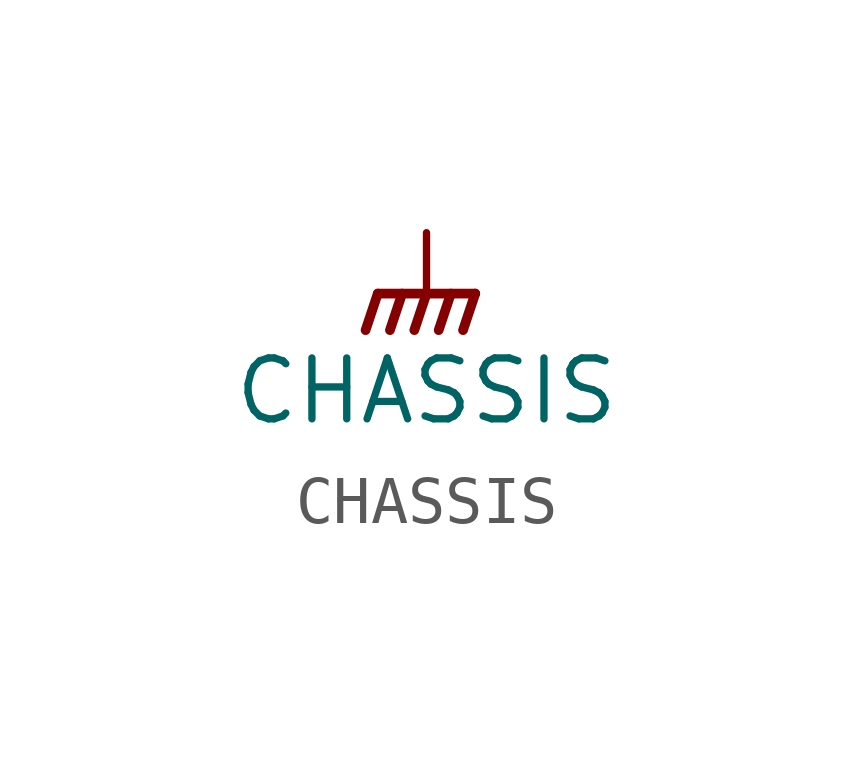
<source format=kicad_sym>
(kicad_symbol_lib
  (version 20220914)
  (generator kicad_symbol_editor)
  (symbol "CHASSIS"
    (power)
    (pin_names
      (offset 0))
    (property "Reference" "#PWR"
      (at 0 -5.08 0)
      (effects (font (size 1.27 1.27)) hide))
    (property "Value" "CHASSIS"
      (at 0 -3.302 0)
      (effects (font (size 1.27 1.27))))
    (symbol "CHASSIS_0_1"
      (polyline (pts (xy 0 -1.27) (xy 0 0)) (stroke (width 0) (type default)) (fill (type none)))
      (polyline (pts (xy -1.016 -1.27) (xy -1.27 -2.032) (xy -1.27 -2.032)) (stroke (width 0.203) (type default)) (fill (type none)))
      (polyline (pts (xy -0.508 -1.27) (xy -0.762 -2.032) (xy -0.762 -2.032)) (stroke (width 0.203) (type default)) (fill (type none)))
      (polyline (pts (xy 0 -1.27) (xy -0.254 -2.032) (xy -0.254 -2.032)) (stroke (width 0.203) (type default)) (fill (type none)))
      (polyline (pts (xy 0.508 -1.27) (xy 0.254 -2.032) (xy 0.254 -2.032)) (stroke (width 0.203) (type default)) (fill (type none)))
      (polyline (pts (xy 1.016 -1.27) (xy -1.016 -1.27) (xy -1.016 -1.27)) (stroke (width 0.203) (type default)) (fill (type none)))
      (polyline (pts (xy 1.016 -1.27) (xy 0.762 -2.032) (xy 0.762 -2.032) (xy 0.762 -2.032)) (stroke (width 0.203) (type default)) (fill (type none))))
    (symbol "CHASSIS_1_1"
      (pin power_in line (at 0 0 270) (length 0) hide (name "CHASSIS" (effects (font (size 1.27 1.27)))) (number "1" (effects (font (size 1.27 1.27))))))))
</source>
